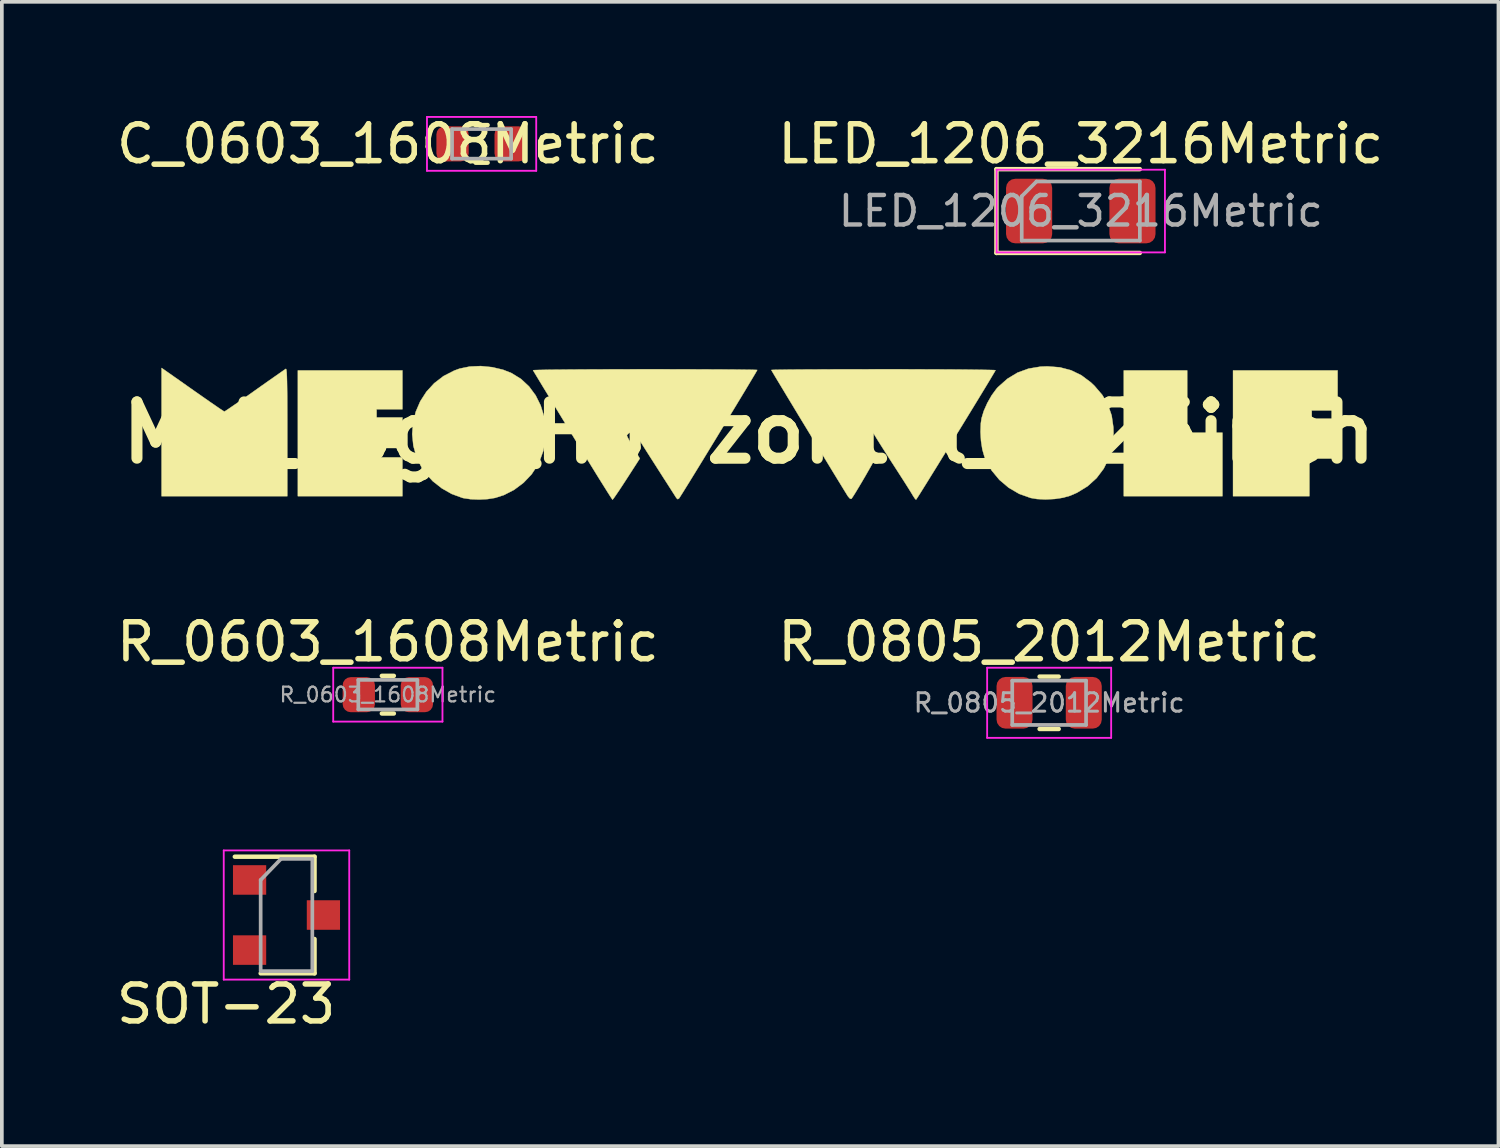
<source format=kicad_pcb>
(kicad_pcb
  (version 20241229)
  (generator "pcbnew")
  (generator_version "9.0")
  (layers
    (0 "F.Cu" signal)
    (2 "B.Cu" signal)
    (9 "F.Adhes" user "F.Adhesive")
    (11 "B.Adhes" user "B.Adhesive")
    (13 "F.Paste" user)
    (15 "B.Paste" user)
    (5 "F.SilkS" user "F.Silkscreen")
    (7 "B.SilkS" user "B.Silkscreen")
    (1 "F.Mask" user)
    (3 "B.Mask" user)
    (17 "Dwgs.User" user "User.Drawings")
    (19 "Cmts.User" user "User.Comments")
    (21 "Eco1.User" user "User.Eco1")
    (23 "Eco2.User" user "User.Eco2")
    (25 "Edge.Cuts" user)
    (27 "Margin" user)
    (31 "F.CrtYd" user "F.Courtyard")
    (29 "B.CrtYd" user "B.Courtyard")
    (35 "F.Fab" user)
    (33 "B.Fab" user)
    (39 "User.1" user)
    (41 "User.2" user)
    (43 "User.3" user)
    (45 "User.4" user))
  (footprint "SOT-23"
    (layer "F.Cu")
    (at 4.712 21.741)
    (property "Reference" "SOT-23" (at -1.635 2.413 0) (layer "F.SilkS") (effects (font (size 1 1) (thickness 0.15))))
    (attr smd)
    (fp_line (start 0.76 -1.58) (end -1.4 -1.58) (stroke (width 0.12) (type solid)) (layer "F.SilkS"))
    (fp_line (start 0.76 -1.58) (end 0.76 -0.65) (stroke (width 0.12) (type solid)) (layer "F.SilkS"))
    (fp_line (start 0.76 1.58) (end -0.7 1.58) (stroke (width 0.12) (type solid)) (layer "F.SilkS"))
    (fp_line (start 0.76 1.58) (end 0.76 0.65) (stroke (width 0.12) (type solid)) (layer "F.SilkS"))
    (fp_line (start -1.7 -1.75) (end 1.7 -1.75) (stroke (width 0.05) (type solid)) (layer "F.CrtYd"))
    (fp_line (start -1.7 1.75) (end -1.7 -1.75) (stroke (width 0.05) (type solid)) (layer "F.CrtYd"))
    (fp_line (start 1.7 -1.75) (end 1.7 1.75) (stroke (width 0.05) (type solid)) (layer "F.CrtYd"))
    (fp_line (start 1.7 1.75) (end -1.7 1.75) (stroke (width 0.05) (type solid)) (layer "F.CrtYd"))
    (fp_line (start -0.7 -0.95) (end -0.7 1.5) (stroke (width 0.1) (type solid)) (layer "F.Fab"))
    (fp_line (start -0.7 -0.95) (end -0.15 -1.52) (stroke (width 0.1) (type solid)) (layer "F.Fab"))
    (fp_line (start -0.7 1.52) (end 0.7 1.52) (stroke (width 0.1) (type solid)) (layer "F.Fab"))
    (fp_line (start -0.15 -1.52) (end 0.7 -1.52) (stroke (width 0.1) (type solid)) (layer "F.Fab"))
    (fp_line (start 0.7 -1.52) (end 0.7 1.52) (stroke (width 0.1) (type solid)) (layer "F.Fab"))
    (pad "1" smd rect (at -1 -0.95) (size 0.9 0.8) (layers "F.Cu" "F.Mask" "F.Paste"))
    (pad "2" smd rect (at -1 0.95) (size 0.9 0.8) (layers "F.Cu" "F.Mask" "F.Paste"))
    (pad "3" smd rect (at 1 0) (size 0.9 0.8) (layers "F.Cu" "F.Mask" "F.Paste")))
  (footprint "R_0603_1608Metric"
    (layer "F.Cu")
    (at 7.458 15.771)
    (property "Reference" "R_0603_1608Metric" (at 0 -1.43 0) (layer "F.SilkS") (effects (font (size 1 1) (thickness 0.15))))
    (attr smd)
    (fp_line (start -0.163 -0.51) (end 0.163 -0.51) (stroke (width 0.12) (type solid)) (layer "F.SilkS"))
    (fp_line (start -0.163 0.51) (end 0.163 0.51) (stroke (width 0.12) (type solid)) (layer "F.SilkS"))
    (fp_line (start -1.48 -0.73) (end 1.48 -0.73) (stroke (width 0.05) (type solid)) (layer "F.CrtYd"))
    (fp_line (start -1.48 0.73) (end -1.48 -0.73) (stroke (width 0.05) (type solid)) (layer "F.CrtYd"))
    (fp_line (start 1.48 -0.73) (end 1.48 0.73) (stroke (width 0.05) (type solid)) (layer "F.CrtYd"))
    (fp_line (start 1.48 0.73) (end -1.48 0.73) (stroke (width 0.05) (type solid)) (layer "F.CrtYd"))
    (fp_line (start -0.8 -0.4) (end 0.8 -0.4) (stroke (width 0.1) (type solid)) (layer "F.Fab"))
    (fp_line (start -0.8 0.4) (end -0.8 -0.4) (stroke (width 0.1) (type solid)) (layer "F.Fab"))
    (fp_line (start 0.8 -0.4) (end 0.8 0.4) (stroke (width 0.1) (type solid)) (layer "F.Fab"))
    (fp_line (start 0.8 0.4) (end -0.8 0.4) (stroke (width 0.1) (type solid)) (layer "F.Fab"))
    (fp_text user "${REFERENCE}" (at 0 0 0) (layer "F.Fab") (effects (font (size 0.4 0.4) (thickness 0.06))))
    (pad "1" smd roundrect (at -0.787 0) (size 0.875 0.95) (layers "F.Cu" "F.Mask" "F.Paste") (roundrect_rratio 0.25))
    (pad "2" smd roundrect (at 0.787 0) (size 0.875 0.95) (layers "F.Cu" "F.Mask" "F.Paste") (roundrect_rratio 0.25)))
  (footprint "MW_Logo_Horizontal_1.25inch"
    (layer "F.Cu")
    (at 17.243 8.674)
    (property "Reference" "MW_Logo_Horizontal_1.25inch" (at 0 0 0) (layer "F.SilkS") (effects (font (size 1.524 1.524) (thickness 0.3))))
    (attr through_hole)
    (fp_poly (pts (xy 11.872 0) (xy 12.827 0) (xy 12.827 1.719) (xy 10.154 1.719) (xy 10.154 -1.687) (xy 11.872 -1.687) (xy 11.872 0)) (stroke (width 0.01) (type solid)) (fill yes) (layer "F.SilkS"))
    (fp_poly (pts (xy 15.947 -0.605) (xy 15.246 -0.605) (xy 15.246 -0.382) (xy 15.947 -0.382) (xy 15.947 0.7) (xy 15.183 0.7) (xy 15.183 1.719) (xy 13.114 1.719) (xy 13.114 -1.687) (xy 15.947 -1.687) (xy 15.947 -0.605)) (stroke (width 0.01) (type solid)) (fill yes) (layer "F.SilkS"))
    (fp_poly (pts (xy -9.39 -0.637) (xy -10.09 -0.637) (xy -10.09 -0.414) (xy -9.39 -0.414) (xy -9.39 0.414) (xy -10.09 0.414) (xy -10.09 0.668) (xy -9.39 0.668) (xy -9.39 1.719) (xy -12.223 1.719) (xy -12.223 -1.687) (xy -9.39 -1.687) (xy -9.39 -0.637)) (stroke (width 0.01) (type solid)) (fill yes) (layer "F.SilkS"))
    (fp_poly (pts (xy -6.959 -1.776) (xy -6.663 -1.706) (xy -6.43 -1.613) (xy -6.175 -1.455) (xy -5.958 -1.252) (xy -5.78 -1.011) (xy -5.645 -0.74) (xy -5.554 -0.448) (xy -5.51 -0.142) (xy -5.515 0.171) (xy -5.57 0.482) (xy -5.679 0.784) (xy -5.72 0.869) (xy -5.89 1.126) (xy -6.108 1.355) (xy -6.363 1.546) (xy -6.644 1.69) (xy -6.878 1.765) (xy -7.083 1.798) (xy -7.313 1.81) (xy -7.54 1.801) (xy -7.739 1.771) (xy -7.766 1.764) (xy -8.052 1.66) (xy -8.323 1.506) (xy -8.569 1.312) (xy -8.773 1.089) (xy -8.862 0.959) (xy -9.007 0.662) (xy -9.094 0.353) (xy -9.125 0.041) (xy -9.103 -0.269) (xy -9.029 -0.568) (xy -8.907 -0.851) (xy -8.74 -1.111) (xy -8.529 -1.341) (xy -8.278 -1.534) (xy -7.988 -1.683) (xy -7.84 -1.737) (xy -7.566 -1.793) (xy -7.266 -1.806) (xy -6.959 -1.776)) (stroke (width 0.01) (type solid)) (fill yes) (layer "F.SilkS"))
    (fp_poly (pts (xy -15.827 -1.694) (xy -15.779 -1.66) (xy -15.686 -1.595) (xy -15.557 -1.504) (xy -15.397 -1.392) (xy -15.216 -1.264) (xy -15.021 -1.127) (xy -14.987 -1.103) (xy -14.794 -0.968) (xy -14.618 -0.845) (xy -14.465 -0.74) (xy -14.343 -0.656) (xy -14.258 -0.6) (xy -14.217 -0.574) (xy -14.214 -0.573) (xy -14.184 -0.591) (xy -14.108 -0.641) (xy -13.994 -0.719) (xy -13.847 -0.82) (xy -13.674 -0.941) (xy -13.481 -1.076) (xy -13.391 -1.14) (xy -13.191 -1.282) (xy -13.006 -1.412) (xy -12.843 -1.526) (xy -12.71 -1.619) (xy -12.613 -1.687) (xy -12.558 -1.725) (xy -12.549 -1.731) (xy -12.54 -1.724) (xy -12.532 -1.691) (xy -12.526 -1.626) (xy -12.521 -1.527) (xy -12.517 -1.387) (xy -12.514 -1.204) (xy -12.511 -0.974) (xy -12.51 -0.691) (xy -12.509 -0.353) (xy -12.509 -0.018) (xy -12.509 1.719) (xy -15.915 1.719) (xy -15.915 -1.755) (xy -15.827 -1.694)) (stroke (width 0.01) (type solid)) (fill yes) (layer "F.SilkS"))
    (fp_poly (pts (xy 8.421 -1.772) (xy 8.725 -1.692) (xy 9.004 -1.557) (xy 9.264 -1.362) (xy 9.358 -1.273) (xy 9.572 -1.023) (xy 9.727 -0.755) (xy 9.826 -0.464) (xy 9.872 -0.143) (xy 9.876 0.016) (xy 9.844 0.361) (xy 9.755 0.681) (xy 9.611 0.972) (xy 9.417 1.229) (xy 9.174 1.449) (xy 8.885 1.626) (xy 8.698 1.707) (xy 8.505 1.761) (xy 8.274 1.795) (xy 8.032 1.807) (xy 7.802 1.796) (xy 7.632 1.767) (xy 7.32 1.656) (xy 7.036 1.49) (xy 6.784 1.277) (xy 6.574 1.023) (xy 6.413 0.733) (xy 6.378 0.649) (xy 6.322 0.453) (xy 6.286 0.22) (xy 6.272 -0.024) (xy 6.281 -0.256) (xy 6.301 -0.392) (xy 6.361 -0.59) (xy 6.456 -0.804) (xy 6.574 -1.012) (xy 6.703 -1.188) (xy 6.744 -1.234) (xy 6.998 -1.46) (xy 7.273 -1.627) (xy 7.572 -1.736) (xy 7.901 -1.791) (xy 8.085 -1.798) (xy 8.421 -1.772)) (stroke (width 0.01) (type solid)) (fill yes) (layer "F.SilkS"))
    (fp_poly (pts (xy -2.385 -1.719) (xy -1.97 -1.718) (xy -1.577 -1.717) (xy -1.212 -1.716) (xy -0.878 -1.714) (xy -0.58 -1.713) (xy -0.322 -1.711) (xy -0.109 -1.708) (xy 0.055 -1.706) (xy 0.166 -1.703) (xy 0.219 -1.701) (xy 0.223 -1.7) (xy 0.207 -1.669) (xy 0.161 -1.59) (xy 0.088 -1.468) (xy -0.007 -1.309) (xy -0.122 -1.117) (xy -0.254 -0.899) (xy -0.398 -0.661) (xy -0.552 -0.408) (xy -0.712 -0.145) (xy -0.874 0.122) (xy -1.036 0.387) (xy -1.193 0.645) (xy -1.343 0.89) (xy -1.482 1.116) (xy -1.606 1.318) (xy -1.713 1.49) (xy -1.798 1.627) (xy -1.859 1.723) (xy -1.891 1.773) (xy -1.895 1.778) (xy -1.93 1.801) (xy -1.963 1.774) (xy -1.982 1.746) (xy -2.014 1.695) (xy -2.074 1.601) (xy -2.155 1.474) (xy -2.25 1.326) (xy -2.325 1.21) (xy -2.448 1.017) (xy -2.584 0.804) (xy -2.719 0.593) (xy -2.838 0.405) (xy -2.872 0.351) (xy -2.961 0.211) (xy -3.038 0.09) (xy -3.096 -0.000033) (xy -3.129 -0.051) (xy -3.135 -0.058) (xy -3.166 -0.051) (xy -3.22 -0.016) (xy -3.275 0.029) (xy -3.307 0.068) (xy -3.309 0.075) (xy -3.294 0.112) (xy -3.253 0.191) (xy -3.193 0.3) (xy -3.135 0.4) (xy -2.959 0.699) (xy -3.318 1.256) (xy -3.426 1.422) (xy -3.523 1.569) (xy -3.604 1.688) (xy -3.662 1.771) (xy -3.694 1.811) (xy -3.697 1.814) (xy -3.717 1.787) (xy -3.767 1.711) (xy -3.844 1.59) (xy -3.946 1.427) (xy -4.07 1.229) (xy -4.212 0.999) (xy -4.371 0.741) (xy -4.543 0.462) (xy -4.725 0.164) (xy -4.78 0.074) (xy -4.964 -0.229) (xy -5.139 -0.516) (xy -5.301 -0.782) (xy -5.447 -1.024) (xy -5.576 -1.235) (xy -5.683 -1.412) (xy -5.766 -1.55) (xy -5.823 -1.644) (xy -5.849 -1.689) (xy -5.851 -1.693) (xy -5.822 -1.696) (xy -5.733 -1.7) (xy -5.589 -1.703) (xy -5.395 -1.707) (xy -5.154 -1.709) (xy -4.871 -1.712) (xy -4.55 -1.714) (xy -4.197 -1.716) (xy -3.814 -1.717) (xy -3.407 -1.718) (xy -2.979 -1.719) (xy -2.82 -1.719) (xy -2.385 -1.719)) (stroke (width 0.01) (type solid)) (fill yes) (layer "F.SilkS"))
    (fp_poly (pts (xy 4.081 -1.719) (xy 4.496 -1.718) (xy 4.888 -1.716) (xy 5.253 -1.715) (xy 5.586 -1.713) (xy 5.883 -1.71) (xy 6.14 -1.707) (xy 6.351 -1.704) (xy 6.514 -1.701) (xy 6.624 -1.698) (xy 6.675 -1.694) (xy 6.679 -1.692) (xy 6.658 -1.654) (xy 6.607 -1.568) (xy 6.531 -1.44) (xy 6.432 -1.276) (xy 6.313 -1.08) (xy 6.179 -0.86) (xy 6.032 -0.619) (xy 5.876 -0.364) (xy 5.714 -0.1) (xy 5.55 0.167) (xy 5.387 0.432) (xy 5.228 0.689) (xy 5.078 0.933) (xy 4.938 1.158) (xy 4.814 1.359) (xy 4.707 1.53) (xy 4.622 1.666) (xy 4.561 1.761) (xy 4.529 1.809) (xy 4.525 1.814) (xy 4.498 1.789) (xy 4.454 1.724) (xy 4.427 1.679) (xy 4.387 1.613) (xy 4.319 1.504) (xy 4.228 1.36) (xy 4.121 1.193) (xy 4.004 1.011) (xy 3.947 0.923) (xy 3.825 0.734) (xy 3.708 0.551) (xy 3.602 0.385) (xy 3.515 0.247) (xy 3.453 0.147) (xy 3.436 0.119) (xy 3.379 0.027) (xy 3.334 -0.038) (xy 3.311 -0.063) (xy 3.278 -0.044) (xy 3.218 0.002) (xy 3.207 0.01) (xy 3.12 0.081) (xy 3.279 0.345) (xy 3.347 0.463) (xy 3.401 0.563) (xy 3.432 0.631) (xy 3.438 0.65) (xy 3.422 0.688) (xy 3.38 0.769) (xy 3.316 0.885) (xy 3.237 1.024) (xy 3.15 1.176) (xy 3.059 1.331) (xy 2.971 1.479) (xy 2.892 1.61) (xy 2.828 1.712) (xy 2.785 1.777) (xy 2.773 1.791) (xy 2.738 1.787) (xy 2.685 1.728) (xy 2.666 1.699) (xy 2.596 1.586) (xy 2.503 1.434) (xy 2.39 1.25) (xy 2.26 1.038) (xy 2.118 0.804) (xy 1.965 0.553) (xy 1.806 0.292) (xy 1.645 0.026) (xy 1.483 -0.24) (xy 1.325 -0.5) (xy 1.175 -0.749) (xy 1.035 -0.98) (xy 0.909 -1.189) (xy 0.8 -1.37) (xy 0.712 -1.516) (xy 0.648 -1.624) (xy 0.612 -1.686) (xy 0.605 -1.7) (xy 0.636 -1.702) (xy 0.726 -1.705) (xy 0.872 -1.707) (xy 1.068 -1.71) (xy 1.31 -1.712) (xy 1.594 -1.714) (xy 1.915 -1.715) (xy 2.27 -1.717) (xy 2.653 -1.718) (xy 3.061 -1.718) (xy 3.489 -1.719) (xy 3.647 -1.719) (xy 4.081 -1.719)) (stroke (width 0.01) (type solid)) (fill yes) (layer "F.SilkS")))
  (footprint "LED_1206_3216Metric"
    (layer "F.Cu")
    (at 26.232 2.668)
    (property "Reference" "LED_1206_3216Metric" (at 0 -1.82 0) (layer "F.SilkS") (effects (font (size 1 1) (thickness 0.15))))
    (attr smd)
    (fp_line (start -2.285 -1.135) (end -2.285 1.135) (stroke (width 0.12) (type solid)) (layer "F.SilkS"))
    (fp_line (start -2.285 1.135) (end 1.6 1.135) (stroke (width 0.12) (type solid)) (layer "F.SilkS"))
    (fp_line (start 1.6 -1.135) (end -2.285 -1.135) (stroke (width 0.12) (type solid)) (layer "F.SilkS"))
    (fp_line (start -2.28 -1.12) (end 2.28 -1.12) (stroke (width 0.05) (type solid)) (layer "F.CrtYd"))
    (fp_line (start -2.28 1.12) (end -2.28 -1.12) (stroke (width 0.05) (type solid)) (layer "F.CrtYd"))
    (fp_line (start 2.28 -1.12) (end 2.28 1.12) (stroke (width 0.05) (type solid)) (layer "F.CrtYd"))
    (fp_line (start 2.28 1.12) (end -2.28 1.12) (stroke (width 0.05) (type solid)) (layer "F.CrtYd"))
    (fp_line (start -1.6 -0.4) (end -1.6 0.8) (stroke (width 0.1) (type solid)) (layer "F.Fab"))
    (fp_line (start -1.6 0.8) (end 1.6 0.8) (stroke (width 0.1) (type solid)) (layer "F.Fab"))
    (fp_line (start -1.2 -0.8) (end -1.6 -0.4) (stroke (width 0.1) (type solid)) (layer "F.Fab"))
    (fp_line (start 1.6 -0.8) (end -1.2 -0.8) (stroke (width 0.1) (type solid)) (layer "F.Fab"))
    (fp_line (start 1.6 0.8) (end 1.6 -0.8) (stroke (width 0.1) (type solid)) (layer "F.Fab"))
    (fp_text user "${REFERENCE}" (at 0 0 0) (layer "F.Fab") (effects (font (size 0.8 0.8) (thickness 0.12))))
    (pad "1" smd roundrect (at -1.4 0) (size 1.25 1.75) (layers "F.Cu" "F.Mask" "F.Paste") (roundrect_rratio 0.2))
    (pad "2" smd roundrect (at 1.4 0) (size 1.25 1.75) (layers "F.Cu" "F.Mask" "F.Paste") (roundrect_rratio 0.2)))
  (footprint "C_0603_1608Metric"
    (layer "F.Cu")
    (at 9.998 0.848)
    (property "Reference" "C_0603_1608Metric" (at -2.54 0 0) (layer "F.SilkS") (effects (font (size 1 1) (thickness 0.15))))
    (attr smd)
    (fp_line (start -0.163 -0.51) (end 0.163 -0.51) (stroke (width 0.12) (type solid)) (layer "F.SilkS"))
    (fp_line (start -0.163 0.51) (end 0.163 0.51) (stroke (width 0.12) (type solid)) (layer "F.SilkS"))
    (fp_line (start -1.48 -0.73) (end 1.48 -0.73) (stroke (width 0.05) (type solid)) (layer "F.CrtYd"))
    (fp_line (start -1.48 0.73) (end -1.48 -0.73) (stroke (width 0.05) (type solid)) (layer "F.CrtYd"))
    (fp_line (start 1.48 -0.73) (end 1.48 0.73) (stroke (width 0.05) (type solid)) (layer "F.CrtYd"))
    (fp_line (start 1.48 0.73) (end -1.48 0.73) (stroke (width 0.05) (type solid)) (layer "F.CrtYd"))
    (fp_line (start -0.8 -0.4) (end 0.8 -0.4) (stroke (width 0.1) (type solid)) (layer "F.Fab"))
    (fp_line (start -0.8 0.4) (end -0.8 -0.4) (stroke (width 0.1) (type solid)) (layer "F.Fab"))
    (fp_line (start 0.8 -0.4) (end 0.8 0.4) (stroke (width 0.1) (type solid)) (layer "F.Fab"))
    (fp_line (start 0.8 0.4) (end -0.8 0.4) (stroke (width 0.1) (type solid)) (layer "F.Fab"))
    (pad "1" smd roundrect (at -0.787 0) (size 0.875 0.95) (layers "F.Cu" "F.Mask" "F.Paste") (roundrect_rratio 0.25))
    (pad "2" smd roundrect (at 0.787 0) (size 0.875 0.95) (layers "F.Cu" "F.Mask" "F.Paste") (roundrect_rratio 0.25)))
  (footprint "R_0805_2012Metric"
    (layer "F.Cu")
    (at 25.375 15.991)
    (property "Reference" "R_0805_2012Metric" (at 0 -1.65 0) (layer "F.SilkS") (effects (font (size 1 1) (thickness 0.15))))
    (attr smd)
    (fp_line (start -0.259 -0.71) (end 0.259 -0.71) (stroke (width 0.12) (type solid)) (layer "F.SilkS"))
    (fp_line (start -0.259 0.71) (end 0.259 0.71) (stroke (width 0.12) (type solid)) (layer "F.SilkS"))
    (fp_line (start -1.68 -0.95) (end 1.68 -0.95) (stroke (width 0.05) (type solid)) (layer "F.CrtYd"))
    (fp_line (start -1.68 0.95) (end -1.68 -0.95) (stroke (width 0.05) (type solid)) (layer "F.CrtYd"))
    (fp_line (start 1.68 -0.95) (end 1.68 0.95) (stroke (width 0.05) (type solid)) (layer "F.CrtYd"))
    (fp_line (start 1.68 0.95) (end -1.68 0.95) (stroke (width 0.05) (type solid)) (layer "F.CrtYd"))
    (fp_line (start -1 -0.6) (end 1 -0.6) (stroke (width 0.1) (type solid)) (layer "F.Fab"))
    (fp_line (start -1 0.6) (end -1 -0.6) (stroke (width 0.1) (type solid)) (layer "F.Fab"))
    (fp_line (start 1 -0.6) (end 1 0.6) (stroke (width 0.1) (type solid)) (layer "F.Fab"))
    (fp_line (start 1 0.6) (end -1 0.6) (stroke (width 0.1) (type solid)) (layer "F.Fab"))
    (fp_text user "${REFERENCE}" (at 0 0 0) (layer "F.Fab") (effects (font (size 0.5 0.5) (thickness 0.08))))
    (pad "1" smd roundrect (at -0.938 0) (size 0.975 1.4) (layers "F.Cu" "F.Mask" "F.Paste") (roundrect_rratio 0.25))
    (pad "2" smd roundrect (at 0.938 0) (size 0.975 1.4) (layers "F.Cu" "F.Mask" "F.Paste") (roundrect_rratio 0.25)))
  (gr_rect
    (start -3 -3)
    (end 37.548 28.002)
    (stroke (width 0.1) (type default))
    (fill no)
    (layer "Edge.Cuts")))
</source>
